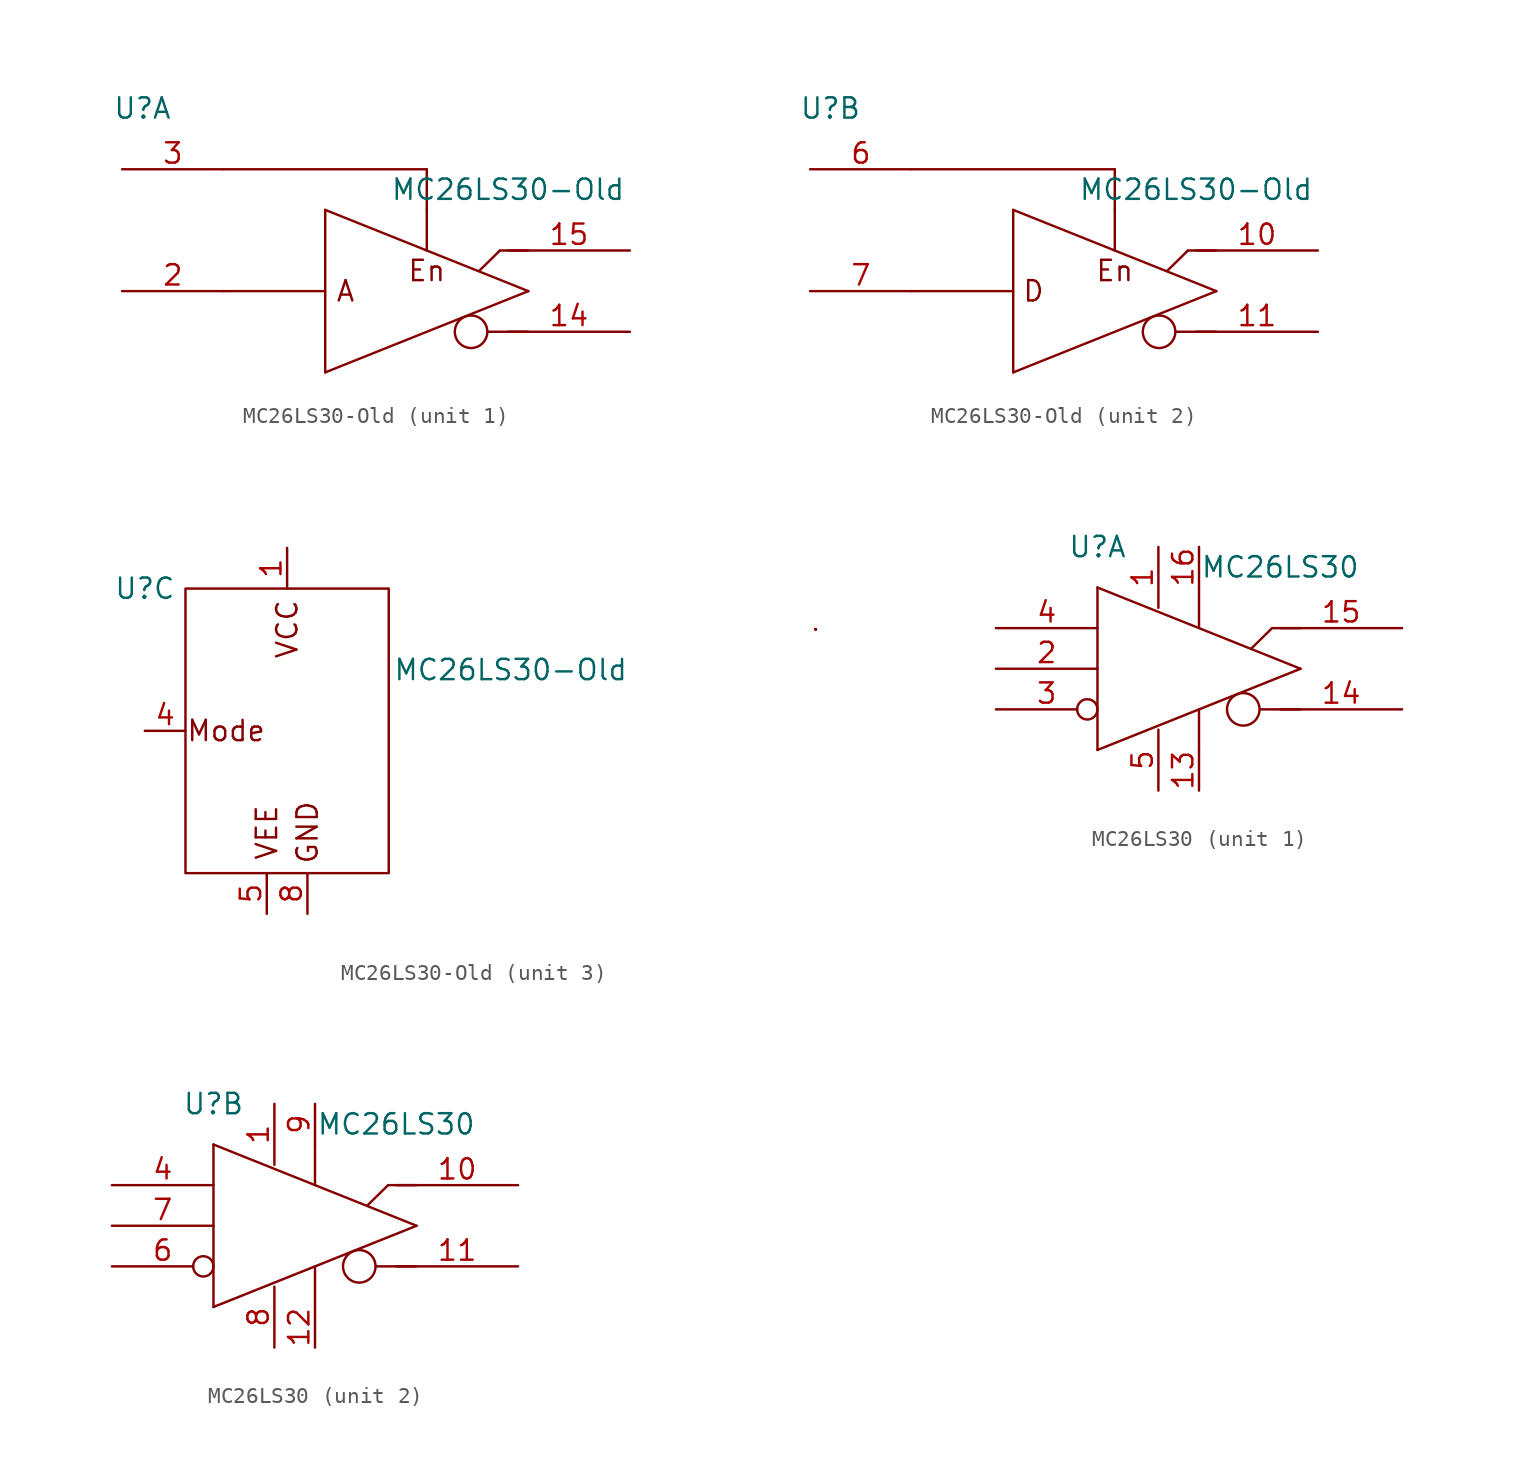
<source format=kicad_sym>
(kicad_symbol_lib
  (version 20220914)
  (generator kicad_symbol_editor)
  (symbol "MC26LS30-Old"
    (pin_names
      (offset 1.016) hide)
    (property "Reference" "U"
      (at -17.78 11.43 0)
      (effects (font (size 1.27 1.27))))
    (property "Value" "MC26LS30-Old"
      (at 5.08 6.35 0)
      (effects (font (size 1.27 1.27))))
    (property "ki_locked" ""
      (at 0 0 0)
      (effects (font (size 1.27 1.27))))
    (symbol "MC26LS30-Old_1_0"
      (text "A" (at -5.08 0 0) (effects (font (size 1.27 1.27))))
      (text "En" (at 0 1.27 0) (effects (font (size 1.27 1.27)))))
    (symbol "MC26LS30-Old_1_1"
      (polyline (pts (xy -12.7 0) (xy -6.35 0)) (stroke (width 0) (type default)) (fill (type none)))
      (polyline (pts (xy -12.7 7.62) (xy 0 7.62)) (stroke (width 0) (type default)) (fill (type none)))
      (polyline (pts (xy -6.35 -5.08) (xy 6.35 0)) (stroke (width 0) (type default)) (fill (type none)))
      (polyline (pts (xy -6.35 5.08) (xy -6.35 -5.08)) (stroke (width 0) (type default)) (fill (type none)))
      (polyline (pts (xy 0 5.08) (xy 0 2.54)) (stroke (width 0) (type default)) (fill (type none)))
      (polyline (pts (xy 0 5.08) (xy 0 7.62)) (stroke (width 0) (type default)) (fill (type none)))
      (polyline (pts (xy 3.81 -2.54) (xy 6.35 -2.54)) (stroke (width 0) (type default)) (fill (type none)))
      (polyline (pts (xy 4.572 2.54) (xy 3.277 1.27)) (stroke (width 0) (type default)) (fill (type none)))
      (polyline (pts (xy 6.35 0) (xy -6.35 5.08)) (stroke (width 0) (type default)) (fill (type none)))
      (polyline (pts (xy 6.35 2.54) (xy 4.572 2.54)) (stroke (width 0) (type default)) (fill (type none)))
      (circle (center 2.769 -2.54) (radius 1.016) (stroke (width 0) (type default)) (fill (type none)))
      (pin tri_state line (at 12.7 -2.54 180) (length 7.62) (name "OutB" (effects (font (size 1.27 1.27)))) (number "14" (effects (font (size 1.27 1.27)))))
      (pin tri_state line (at 12.7 2.54 180) (length 7.62) (name "OutA" (effects (font (size 1.27 1.27)))) (number "15" (effects (font (size 1.27 1.27)))))
      (pin input line (at -19.05 0 0) (length 6.35) (name "InputA" (effects (font (size 1.27 1.27)))) (number "2" (effects (font (size 1.27 1.27)))))
      (pin input line (at -19.05 7.62 0) (length 6.35) (name "/EnableAB" (effects (font (size 1.27 1.27)))) (number "3" (effects (font (size 1.27 1.27))))))
    (symbol "MC26LS30-Old_2_0"
      (text "D" (at -5.08 0 0) (effects (font (size 1.27 1.27))))
      (text "En" (at 0 1.27 0) (effects (font (size 1.27 1.27)))))
    (symbol "MC26LS30-Old_2_1"
      (polyline (pts (xy -12.7 0) (xy -6.35 0)) (stroke (width 0) (type default)) (fill (type none)))
      (polyline (pts (xy -12.7 7.62) (xy 0 7.62)) (stroke (width 0) (type default)) (fill (type none)))
      (polyline (pts (xy -6.35 -5.08) (xy 6.35 0)) (stroke (width 0) (type default)) (fill (type none)))
      (polyline (pts (xy -6.35 5.08) (xy -6.35 -5.08)) (stroke (width 0) (type default)) (fill (type none)))
      (polyline (pts (xy 0 5.08) (xy 0 2.54)) (stroke (width 0) (type default)) (fill (type none)))
      (polyline (pts (xy 0 5.08) (xy 0 7.62)) (stroke (width 0) (type default)) (fill (type none)))
      (polyline (pts (xy 3.81 -2.54) (xy 6.35 -2.54)) (stroke (width 0) (type default)) (fill (type none)))
      (polyline (pts (xy 4.572 2.54) (xy 3.277 1.27)) (stroke (width 0) (type default)) (fill (type none)))
      (polyline (pts (xy 6.35 0) (xy -6.35 5.08)) (stroke (width 0) (type default)) (fill (type none)))
      (polyline (pts (xy 6.35 2.54) (xy 4.572 2.54)) (stroke (width 0) (type default)) (fill (type none)))
      (circle (center 2.769 -2.54) (radius 1.016) (stroke (width 0) (type default)) (fill (type none)))
      (pin tri_state line (at 12.7 2.54 180) (length 7.62) (name "OutD" (effects (font (size 1.27 1.27)))) (number "10" (effects (font (size 1.27 1.27)))))
      (pin tri_state line (at 12.7 -2.54 180) (length 7.62) (name "OutC" (effects (font (size 1.27 1.27)))) (number "11" (effects (font (size 1.27 1.27)))))
      (pin input line (at -19.05 7.62 0) (length 6.35) (name "EnableCD" (effects (font (size 1.27 1.27)))) (number "6" (effects (font (size 1.27 1.27)))))
      (pin input line (at -19.05 0 0) (length 6.35) (name "InputD" (effects (font (size 1.27 1.27)))) (number "7" (effects (font (size 1.27 1.27))))))
    (symbol "MC26LS30-Old_3_0"
      (text "GND" (at -7.62 -3.81 900) (effects (font (size 1.27 1.27))))
      (text "Mode" (at -12.7 2.54 0) (effects (font (size 1.27 1.27))))
      (text "VCC" (at -8.89 8.89 900) (effects (font (size 1.27 1.27))))
      (text "VEE" (at -10.16 -3.81 900) (effects (font (size 1.27 1.27))))
      (pin power_in line (at -8.89 13.97 270) (length 2.54) (name "VCC" (effects (font (size 1.27 1.27)))) (number "1" (effects (font (size 1.27 1.27)))))
      (pin no_connect non_logic (at 0 0 180) (length 2.54) hide (name "" (effects (font (size 1.27 1.27)))) (number "12" (effects (font (size 1.27 1.27)))))
      (pin no_connect non_logic (at 0 -2.54 180) (length 2.54) hide (name "" (effects (font (size 1.27 1.27)))) (number "13" (effects (font (size 1.27 1.27)))))
      (pin no_connect non_logic (at 0 -5.08 180) (length 2.54) hide (name "" (effects (font (size 1.27 1.27)))) (number "16" (effects (font (size 1.27 1.27)))))
      (pin input line (at -17.78 2.54 0) (length 2.54) (name "Mode" (effects (font (size 1.27 1.27)))) (number "4" (effects (font (size 1.27 1.27)))))
      (pin power_in line (at -10.16 -8.89 90) (length 2.54) (name "GND" (effects (font (size 1.27 1.27)))) (number "5" (effects (font (size 1.27 1.27)))))
      (pin power_in line (at -7.62 -8.89 90) (length 2.54) (name "VEE" (effects (font (size 1.27 1.27)))) (number "8" (effects (font (size 1.27 1.27)))))
      (pin no_connect non_logic (at 0 2.54 180) (length 2.54) hide (name "" (effects (font (size 1.27 1.27)))) (number "9" (effects (font (size 1.27 1.27))))))
    (symbol "MC26LS30-Old_3_1"
      (rectangle (start -15.24 11.43) (end -2.54 -6.35) (stroke (width 0) (type default)) (fill (type none)))
      (polyline (pts (xy 24.13 8.89) (xy 24.13 8.89)) (stroke (width 0) (type default)) (fill (type none)))
      (polyline (pts (xy 24.13 8.89) (xy 24.13 8.89)) (stroke (width 0) (type default)) (fill (type none)))
      (rectangle (start 24.13 8.89) (end 24.13 8.89) (stroke (width 0) (type default)) (fill (type none)))
      (rectangle (start 24.13 8.89) (end 24.13 8.89) (stroke (width 0) (type default)) (fill (type none)))
      (rectangle (start 24.13 8.89) (end 24.13 8.89) (stroke (width 0) (type default)) (fill (type none)))
      (rectangle (start 24.13 8.89) (end 24.13 8.89) (stroke (width 0) (type default)) (fill (type none)))
      (rectangle (start 24.13 8.89) (end 24.13 8.89) (stroke (width 0) (type default)) (fill (type none)))
      (rectangle (start 24.13 8.89) (end 24.13 8.89) (stroke (width 0) (type default)) (fill (type none)))
      (rectangle (start 24.13 8.89) (end 24.13 8.89) (stroke (width 0) (type default)) (fill (type none)))
      (rectangle (start 24.13 8.89) (end 24.13 8.89) (stroke (width 0) (type default)) (fill (type none)))
      (rectangle (start 24.13 8.89) (end 24.13 8.89) (stroke (width 0) (type default)) (fill (type none)))
      (rectangle (start 24.13 8.89) (end 24.13 8.89) (stroke (width 0) (type default)) (fill (type none)))
      (rectangle (start 24.13 8.89) (end 24.13 8.89) (stroke (width 0) (type default)) (fill (type none)))
      (rectangle (start 24.13 8.89) (end 24.13 8.89) (stroke (width 0) (type default)) (fill (type none)))
      (rectangle (start 24.13 8.89) (end 24.13 8.89) (stroke (width 0) (type default)) (fill (type none)))
      (rectangle (start 24.13 8.89) (end 24.13 8.89) (stroke (width 0) (type default)) (fill (type none)))))
  (symbol "MC26LS30"
    (pin_names
      (offset 1.016) hide)
    (property "Reference" "U"
      (at -6.35 7.62 0)
      (effects (font (size 1.27 1.27))))
    (property "Value" "MC26LS30"
      (at 5.08 6.35 0)
      (effects (font (size 1.27 1.27))))
    (symbol "MC26LS30_0_1"
      (polyline (pts (xy -6.35 -5.08) (xy 6.35 0)) (stroke (width 0) (type default)) (fill (type none)))
      (polyline (pts (xy -6.35 5.08) (xy -6.35 -5.08)) (stroke (width 0) (type default)) (fill (type none)))
      (polyline (pts (xy 0 -5.08) (xy 0 -2.54)) (stroke (width 0) (type default)) (fill (type none)))
      (polyline (pts (xy 0 5.08) (xy 0 2.54)) (stroke (width 0) (type default)) (fill (type none)))
      (polyline (pts (xy 3.81 -2.54) (xy 6.35 -2.54)) (stroke (width 0) (type default)) (fill (type none)))
      (polyline (pts (xy 4.572 2.54) (xy 3.277 1.27)) (stroke (width 0) (type default)) (fill (type none)))
      (polyline (pts (xy 6.35 0) (xy -6.35 5.08)) (stroke (width 0) (type default)) (fill (type none)))
      (polyline (pts (xy 6.35 2.54) (xy 4.572 2.54)) (stroke (width 0) (type default)) (fill (type none)))
      (circle (center 2.769 -2.54) (radius 1.016) (stroke (width 0) (type default)) (fill (type none)))
      (pin power_in line (at -2.54 7.62 270) (length 3.81) (name "VCC" (effects (font (size 1.27 1.27)))) (number "1" (effects (font (size 1.27 1.27)))))
      (pin input line (at -12.7 2.54 0) (length 6.35) (name "Mode" (effects (font (size 1.27 1.27)))) (number "4" (effects (font (size 1.27 1.27))))))
    (symbol "MC26LS30_1_1"
      (pin passive line (at 0 -7.62 90) (length 2.54) (name "SR" (effects (font (size 1.27 1.27)))) (number "13" (effects (font (size 1.27 1.27)))))
      (pin tri_state line (at 12.7 -2.54 180) (length 7.62) (name "OUT-" (effects (font (size 1.27 1.27)))) (number "14" (effects (font (size 1.27 1.27)))))
      (pin tri_state line (at 12.7 2.54 180) (length 7.62) (name "OUT+" (effects (font (size 1.27 1.27)))) (number "15" (effects (font (size 1.27 1.27)))))
      (pin passive line (at 0 7.62 270) (length 2.54) (name "SR" (effects (font (size 1.27 1.27)))) (number "16" (effects (font (size 1.27 1.27)))))
      (pin input line (at -12.7 0 0) (length 6.35) (name "Enable" (effects (font (size 1.27 1.27)))) (number "2" (effects (font (size 1.27 1.27)))))
      (pin input inverted (at -12.7 -2.54 0) (length 6.35) (name "~" (effects (font (size 1.27 1.27)))) (number "3" (effects (font (size 1.27 1.27)))))
      (pin power_in line (at -2.54 -7.62 90) (length 3.81) (name "GND" (effects (font (size 1.27 1.27)))) (number "5" (effects (font (size 1.27 1.27))))))
    (symbol "MC26LS30_2_1"
      (pin tri_state line (at 12.7 2.54 180) (length 7.62) (name "OUT+" (effects (font (size 1.27 1.27)))) (number "10" (effects (font (size 1.27 1.27)))))
      (pin tri_state line (at 12.7 -2.54 180) (length 7.62) (name "OUT-" (effects (font (size 1.27 1.27)))) (number "11" (effects (font (size 1.27 1.27)))))
      (pin passive line (at 0 -7.62 90) (length 2.54) (name "SR" (effects (font (size 1.27 1.27)))) (number "12" (effects (font (size 1.27 1.27)))))
      (pin input inverted (at -12.7 -2.54 0) (length 6.35) (name "~" (effects (font (size 1.27 1.27)))) (number "6" (effects (font (size 1.27 1.27)))))
      (pin input line (at -12.7 0 0) (length 6.35) (name "Enable" (effects (font (size 1.27 1.27)))) (number "7" (effects (font (size 1.27 1.27)))))
      (pin power_in line (at -2.54 -7.62 90) (length 3.81) (name "GND" (effects (font (size 1.27 1.27)))) (number "8" (effects (font (size 1.27 1.27)))))
      (pin passive line (at 0 7.62 270) (length 2.54) (name "SR" (effects (font (size 1.27 1.27)))) (number "9" (effects (font (size 1.27 1.27))))))))
</source>
